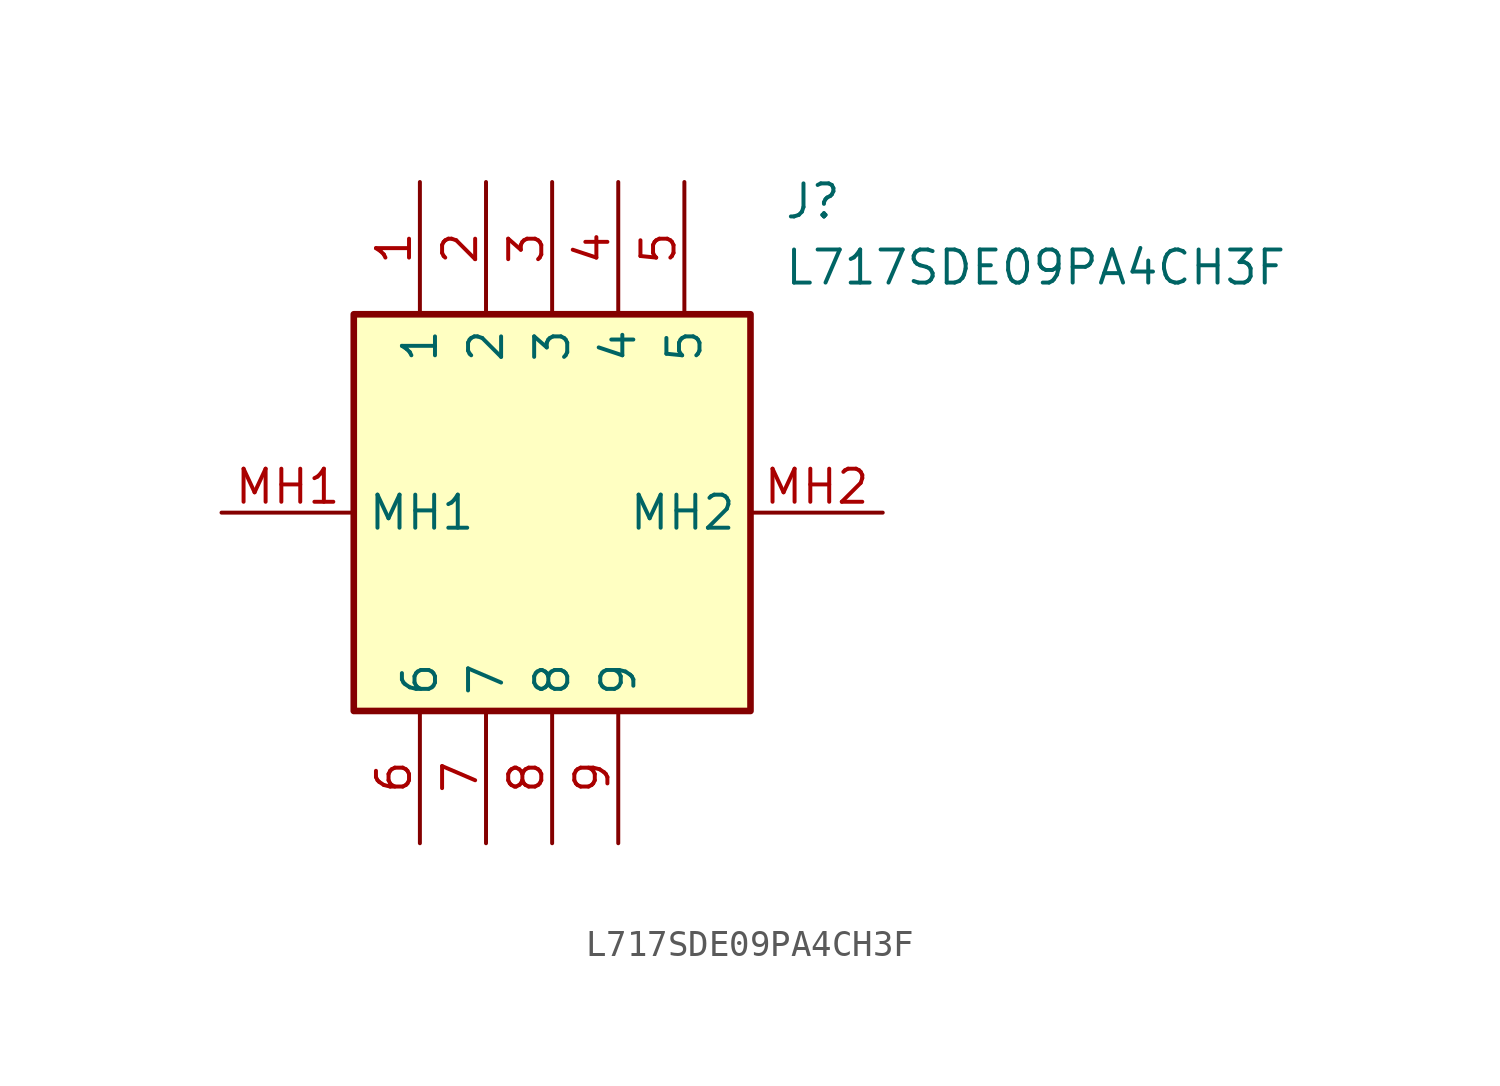
<source format=kicad_sym>
(kicad_symbol_lib
  (version 20211014)
  (generator SamacSys_ECAD_Model)
  (symbol "L717SDE09PA4CH3F"
    (property "Reference" "J"
      (at 21.59 12.7 0)
      (effects (font (size 1.27 1.27)) (justify left top)))
    (property "Value" "L717SDE09PA4CH3F"
      (at 21.59 10.16 0)
      (effects (font (size 1.27 1.27)) (justify left top)))
    (rectangle
      (start 5.08 7.62)
      (end 20.32 -7.62)
      (stroke (width 0.254) (type default))
      (fill (type background)))
    (pin passive line
      (at 7.62 12.7 270)
      (length 5.08)
      (name "1" (effects (font (size 1.27 1.27))))
      (number "1" (effects (font (size 1.27 1.27)))))
    (pin passive line
      (at 10.16 12.7 270)
      (length 5.08)
      (name "2" (effects (font (size 1.27 1.27))))
      (number "2" (effects (font (size 1.27 1.27)))))
    (pin passive line
      (at 12.7 12.7 270)
      (length 5.08)
      (name "3" (effects (font (size 1.27 1.27))))
      (number "3" (effects (font (size 1.27 1.27)))))
    (pin passive line
      (at 15.24 12.7 270)
      (length 5.08)
      (name "4" (effects (font (size 1.27 1.27))))
      (number "4" (effects (font (size 1.27 1.27)))))
    (pin passive line
      (at 17.78 12.7 270)
      (length 5.08)
      (name "5" (effects (font (size 1.27 1.27))))
      (number "5" (effects (font (size 1.27 1.27)))))
    (pin passive line
      (at 7.62 -12.7 90)
      (length 5.08)
      (name "6" (effects (font (size 1.27 1.27))))
      (number "6" (effects (font (size 1.27 1.27)))))
    (pin passive line
      (at 10.16 -12.7 90)
      (length 5.08)
      (name "7" (effects (font (size 1.27 1.27))))
      (number "7" (effects (font (size 1.27 1.27)))))
    (pin passive line
      (at 12.7 -12.7 90)
      (length 5.08)
      (name "8" (effects (font (size 1.27 1.27))))
      (number "8" (effects (font (size 1.27 1.27)))))
    (pin passive line
      (at 15.24 -12.7 90)
      (length 5.08)
      (name "9" (effects (font (size 1.27 1.27))))
      (number "9" (effects (font (size 1.27 1.27)))))
    (pin passive line
      (at 0 0 0)
      (length 5.08)
      (name "MH1" (effects (font (size 1.27 1.27))))
      (number "MH1" (effects (font (size 1.27 1.27)))))
    (pin passive line
      (at 25.4 0 180)
      (length 5.08)
      (name "MH2" (effects (font (size 1.27 1.27))))
      (number "MH2" (effects (font (size 1.27 1.27)))))))
</source>
